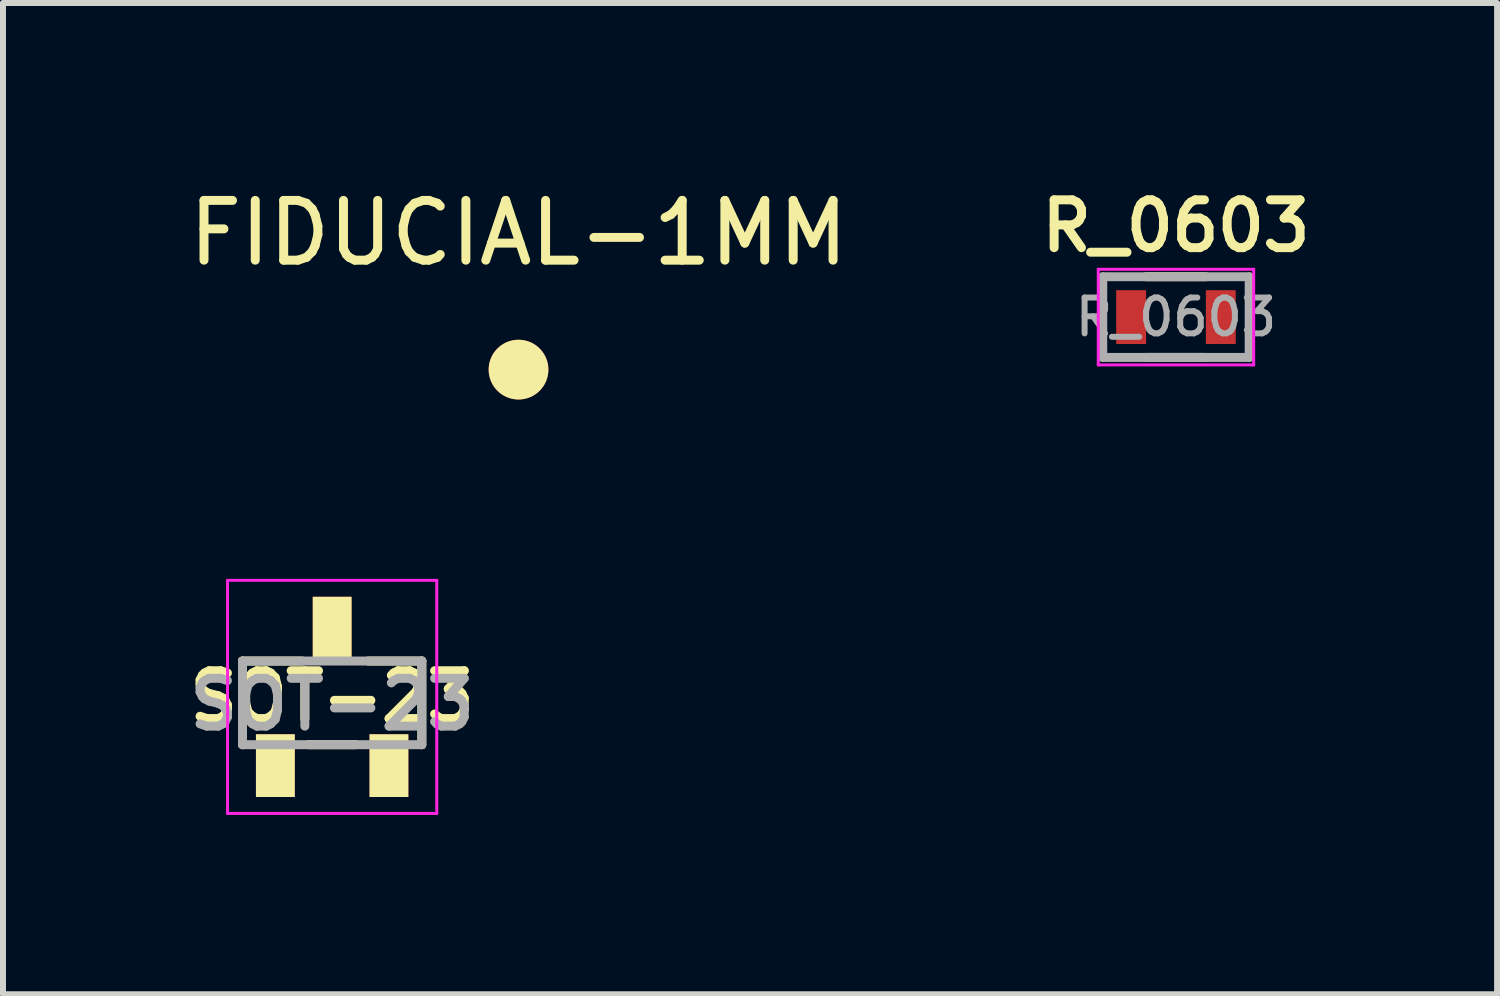
<source format=kicad_pcb>
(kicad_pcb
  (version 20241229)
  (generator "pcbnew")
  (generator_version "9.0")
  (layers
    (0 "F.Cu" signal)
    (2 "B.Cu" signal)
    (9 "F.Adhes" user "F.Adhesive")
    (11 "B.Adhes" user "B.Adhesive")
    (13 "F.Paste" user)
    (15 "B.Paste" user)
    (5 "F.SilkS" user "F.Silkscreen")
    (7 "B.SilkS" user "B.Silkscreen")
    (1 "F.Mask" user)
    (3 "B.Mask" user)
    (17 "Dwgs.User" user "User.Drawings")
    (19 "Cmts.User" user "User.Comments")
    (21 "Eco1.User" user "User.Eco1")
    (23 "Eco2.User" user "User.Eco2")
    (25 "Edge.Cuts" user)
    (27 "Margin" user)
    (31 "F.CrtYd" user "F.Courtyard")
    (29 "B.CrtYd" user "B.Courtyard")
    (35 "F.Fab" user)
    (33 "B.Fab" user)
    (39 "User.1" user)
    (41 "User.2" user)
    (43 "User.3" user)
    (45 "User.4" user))
  (footprint "FIDUCIAL-1MM"
    (layer "F.Cu")
    (at 5.625 3.134)
    (property "Reference" "FIDUCIAL-1MM" (at 0 -2.286 0) (layer "F.SilkS") (effects (font (size 1 1) (thickness 0.15))))
    (attr exclude_from_pos_files exclude_from_bom)
    (pad "~" smd circle (at 0 0) (size 1 1) (layers "F.Cu" "F.Mask" "F.SilkS")))
  (footprint "SOT-23"
    (layer "F.Cu")
    (at 2.507 8.609)
    (property "Reference" "SOT-23" (at 0 0 0) (layer "F.SilkS") (effects (font (size 0.8 0.8) (thickness 0.15))))
    (attr smd)
    (fp_line (start -1.5 -0.6) (end -0.5 -0.6) (stroke (width 0.15) (type solid)) (layer "F.SilkS"))
    (fp_line (start -1.5 0.8) (end -1.5 -0.6) (stroke (width 0.15) (type solid)) (layer "F.SilkS"))
    (fp_line (start -0.4 0.8) (end 0.4 0.8) (stroke (width 0.15) (type solid)) (layer "F.SilkS"))
    (fp_line (start 0.6 -0.6) (end 1.5 -0.6) (stroke (width 0.15) (type solid)) (layer "F.SilkS"))
    (fp_line (start 1.5 0.8) (end 1.5 -0.6) (stroke (width 0.15) (type solid)) (layer "F.SilkS"))
    (fp_line (start -1.75 -1.95) (end -1.75 1.95) (stroke (width 0.05) (type solid)) (layer "F.CrtYd"))
    (fp_line (start -1.75 1.95) (end 1.75 1.95) (stroke (width 0.05) (type solid)) (layer "F.CrtYd"))
    (fp_line (start 1.75 -1.95) (end -1.75 -1.95) (stroke (width 0.05) (type solid)) (layer "F.CrtYd"))
    (fp_line (start 1.75 1.95) (end 1.75 -1.95) (stroke (width 0.05) (type solid)) (layer "F.CrtYd"))
    (fp_line (start -1.5 -0.6) (end 1.5 -0.6) (stroke (width 0.15) (type solid)) (layer "F.Fab"))
    (fp_line (start -1.5 0.8) (end -1.5 -0.6) (stroke (width 0.15) (type solid)) (layer "F.Fab"))
    (fp_line (start -1.5 0.8) (end 1.5 0.8) (stroke (width 0.15) (type solid)) (layer "F.Fab"))
    (fp_line (start 1.5 0.8) (end 1.5 -0.6) (stroke (width 0.15) (type solid)) (layer "F.Fab"))
    (fp_text user "${REFERENCE}" (at 0 0.127 0) (layer "F.Fab") (effects (font (size 0.8 0.8) (thickness 0.15))))
    (pad "1" smd rect (at -0.95 1.15) (size 0.65 1.05) (layers "F.Cu" "F.Mask" "F.SilkS" "F.Paste"))
    (pad "2" smd rect (at 0.95 1.15) (size 0.65 1.05) (layers "F.Cu" "F.Mask" "F.SilkS" "F.Paste"))
    (pad "3" smd rect (at 0 -1.15) (size 0.65 1.05) (layers "F.Cu" "F.Mask" "F.SilkS" "F.Paste")))
  (footprint "R_0603"
    (layer "F.Cu")
    (at 16.624 2.255)
    (property "Reference" "R_0603" (at 0 -1.524 0) (layer "F.SilkS") (effects (font (size 0.8 0.8) (thickness 0.15))))
    (attr smd)
    (fp_line (start -0.5 -0.675) (end 0.5 -0.675) (stroke (width 0.15) (type solid)) (layer "F.SilkS"))
    (fp_line (start 0.5 0.675) (end -0.5 0.675) (stroke (width 0.15) (type solid)) (layer "F.SilkS"))
    (fp_line (start -1.3 -0.8) (end -1.3 0.8) (stroke (width 0.05) (type solid)) (layer "F.CrtYd"))
    (fp_line (start -1.3 -0.8) (end 1.3 -0.8) (stroke (width 0.05) (type solid)) (layer "F.CrtYd"))
    (fp_line (start -1.3 0.8) (end 1.3 0.8) (stroke (width 0.05) (type solid)) (layer "F.CrtYd"))
    (fp_line (start 1.3 -0.8) (end 1.3 0.8) (stroke (width 0.05) (type solid)) (layer "F.CrtYd"))
    (fp_line (start -1.225 -0.675) (end -1.225 0.675) (stroke (width 0.15) (type solid)) (layer "F.Fab"))
    (fp_line (start -1.225 -0.675) (end 1.225 -0.675) (stroke (width 0.15) (type solid)) (layer "F.Fab"))
    (fp_line (start -1.225 0.675) (end 1.225 0.675) (stroke (width 0.15) (type solid)) (layer "F.Fab"))
    (fp_line (start 1.225 -0.675) (end 1.225 0.675) (stroke (width 0.15) (type solid)) (layer "F.Fab"))
    (fp_text user "${REFERENCE}" (at 0 0 0) (layer "F.Fab") (effects (font (size 0.6 0.6) (thickness 0.1))))
    (pad "1" smd rect (at -0.75 0) (size 0.5 0.9) (layers "F.Cu" "F.Mask" "F.Paste"))
    (pad "2" smd rect (at 0.75 0) (size 0.5 0.9) (layers "F.Cu" "F.Mask" "F.Paste")))
  (gr_rect
    (start -3 -3)
    (end 21.997 13.584)
    (stroke (width 0.1) (type default))
    (fill no)
    (layer "Edge.Cuts")))
</source>
